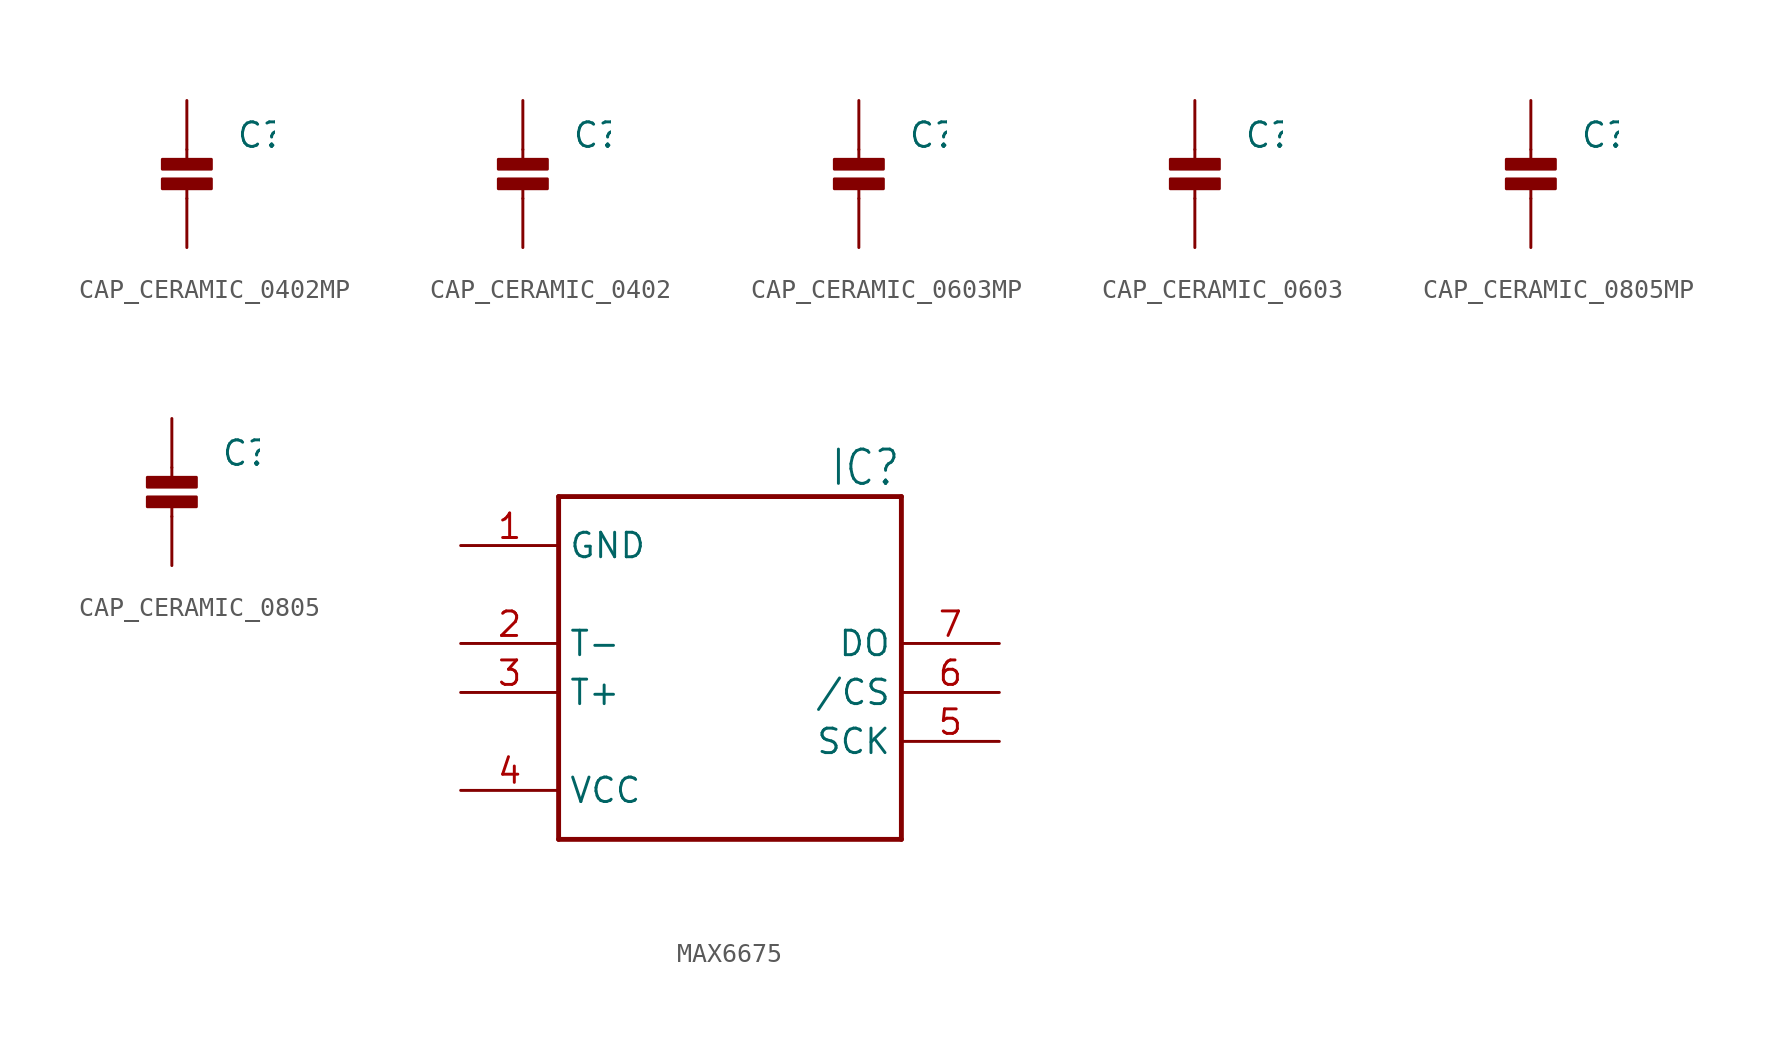
<source format=kicad_sym>
(kicad_symbol_lib
  (version 20220914)
  (generator kicad_symbol_editor)
  (symbol "CAP_CERAMIC_0402MP"
    (property "Reference" "C"
      (at 2.54 2.54 0)
      (effects (font (size 1.27 1.27)) (justify left bottom)))
    (property "Value" ""
      (at 2.54 0 0)
      (effects (font (size 1.27 1.27)) (justify left bottom)))
    (property "ki_locked" ""
      (at 0 0 0)
      (effects (font (size 1.27 1.27))))
    (symbol "CAP_CERAMIC_0402MP_1_0"
      (rectangle (start -1.27 0.508) (end 1.27 1.016) (stroke (width 0) (type default)) (fill (type outline)))
      (rectangle (start -1.27 1.524) (end 1.27 2.032) (stroke (width 0) (type default)) (fill (type outline)))
      (polyline (pts (xy 0 0.762) (xy 0 0)) (stroke (width 0.152) (type solid)) (fill (type none)))
      (polyline (pts (xy 0 2.54) (xy 0 1.778)) (stroke (width 0.152) (type solid)) (fill (type none)))
      (pin passive line (at 0 5.08 270) (length 2.54) (name "P$1" (effects (font (size 0 0)))) (number "1" (effects (font (size 0 0)))))
      (pin passive line (at 0 -2.54 90) (length 2.54) (name "P$2" (effects (font (size 0 0)))) (number "2" (effects (font (size 0 0)))))))
  (symbol "CAP_CERAMIC_0402"
    (property "Reference" "C"
      (at 2.54 2.54 0)
      (effects (font (size 1.27 1.27)) (justify left bottom)))
    (property "Value" ""
      (at 2.54 0 0)
      (effects (font (size 1.27 1.27)) (justify left bottom)))
    (property "ki_locked" ""
      (at 0 0 0)
      (effects (font (size 1.27 1.27))))
    (symbol "CAP_CERAMIC_0402_1_0"
      (rectangle (start -1.27 0.508) (end 1.27 1.016) (stroke (width 0) (type default)) (fill (type outline)))
      (rectangle (start -1.27 1.524) (end 1.27 2.032) (stroke (width 0) (type default)) (fill (type outline)))
      (polyline (pts (xy 0 0.762) (xy 0 0)) (stroke (width 0.152) (type solid)) (fill (type none)))
      (polyline (pts (xy 0 2.54) (xy 0 1.778)) (stroke (width 0.152) (type solid)) (fill (type none)))
      (pin passive line (at 0 5.08 270) (length 2.54) (name "P$1" (effects (font (size 0 0)))) (number "1" (effects (font (size 0 0)))))
      (pin passive line (at 0 -2.54 90) (length 2.54) (name "P$2" (effects (font (size 0 0)))) (number "2" (effects (font (size 0 0)))))))
  (symbol "CAP_CERAMIC_0603MP"
    (property "Reference" "C"
      (at 2.54 2.54 0)
      (effects (font (size 1.27 1.27)) (justify left bottom)))
    (property "Value" ""
      (at 2.54 0 0)
      (effects (font (size 1.27 1.27)) (justify left bottom)))
    (property "ki_locked" ""
      (at 0 0 0)
      (effects (font (size 1.27 1.27))))
    (symbol "CAP_CERAMIC_0603MP_1_0"
      (rectangle (start -1.27 0.508) (end 1.27 1.016) (stroke (width 0) (type default)) (fill (type outline)))
      (rectangle (start -1.27 1.524) (end 1.27 2.032) (stroke (width 0) (type default)) (fill (type outline)))
      (polyline (pts (xy 0 0.762) (xy 0 0)) (stroke (width 0.152) (type solid)) (fill (type none)))
      (polyline (pts (xy 0 2.54) (xy 0 1.778)) (stroke (width 0.152) (type solid)) (fill (type none)))
      (pin passive line (at 0 5.08 270) (length 2.54) (name "P$1" (effects (font (size 0 0)))) (number "1" (effects (font (size 0 0)))))
      (pin passive line (at 0 -2.54 90) (length 2.54) (name "P$2" (effects (font (size 0 0)))) (number "2" (effects (font (size 0 0)))))))
  (symbol "CAP_CERAMIC_0603"
    (property "Reference" "C"
      (at 2.54 2.54 0)
      (effects (font (size 1.27 1.27)) (justify left bottom)))
    (property "Value" ""
      (at 2.54 0 0)
      (effects (font (size 1.27 1.27)) (justify left bottom)))
    (property "ki_locked" ""
      (at 0 0 0)
      (effects (font (size 1.27 1.27))))
    (symbol "CAP_CERAMIC_0603_1_0"
      (rectangle (start -1.27 0.508) (end 1.27 1.016) (stroke (width 0) (type default)) (fill (type outline)))
      (rectangle (start -1.27 1.524) (end 1.27 2.032) (stroke (width 0) (type default)) (fill (type outline)))
      (polyline (pts (xy 0 0.762) (xy 0 0)) (stroke (width 0.152) (type solid)) (fill (type none)))
      (polyline (pts (xy 0 2.54) (xy 0 1.778)) (stroke (width 0.152) (type solid)) (fill (type none)))
      (pin passive line (at 0 5.08 270) (length 2.54) (name "P$1" (effects (font (size 0 0)))) (number "1" (effects (font (size 0 0)))))
      (pin passive line (at 0 -2.54 90) (length 2.54) (name "P$2" (effects (font (size 0 0)))) (number "2" (effects (font (size 0 0)))))))
  (symbol "CAP_CERAMIC_0805MP"
    (property "Reference" "C"
      (at 2.54 2.54 0)
      (effects (font (size 1.27 1.27)) (justify left bottom)))
    (property "Value" ""
      (at 2.54 0 0)
      (effects (font (size 1.27 1.27)) (justify left bottom)))
    (property "ki_locked" ""
      (at 0 0 0)
      (effects (font (size 1.27 1.27))))
    (symbol "CAP_CERAMIC_0805MP_1_0"
      (rectangle (start -1.27 0.508) (end 1.27 1.016) (stroke (width 0) (type default)) (fill (type outline)))
      (rectangle (start -1.27 1.524) (end 1.27 2.032) (stroke (width 0) (type default)) (fill (type outline)))
      (polyline (pts (xy 0 0.762) (xy 0 0)) (stroke (width 0.152) (type solid)) (fill (type none)))
      (polyline (pts (xy 0 2.54) (xy 0 1.778)) (stroke (width 0.152) (type solid)) (fill (type none)))
      (pin passive line (at 0 5.08 270) (length 2.54) (name "P$1" (effects (font (size 0 0)))) (number "1" (effects (font (size 0 0)))))
      (pin passive line (at 0 -2.54 90) (length 2.54) (name "P$2" (effects (font (size 0 0)))) (number "2" (effects (font (size 0 0)))))))
  (symbol "CAP_CERAMIC_0805"
    (property "Reference" "C"
      (at 2.54 2.54 0)
      (effects (font (size 1.27 1.27)) (justify left bottom)))
    (property "Value" ""
      (at 2.54 0 0)
      (effects (font (size 1.27 1.27)) (justify left bottom)))
    (property "ki_locked" ""
      (at 0 0 0)
      (effects (font (size 1.27 1.27))))
    (symbol "CAP_CERAMIC_0805_1_0"
      (rectangle (start -1.27 0.508) (end 1.27 1.016) (stroke (width 0) (type default)) (fill (type outline)))
      (rectangle (start -1.27 1.524) (end 1.27 2.032) (stroke (width 0) (type default)) (fill (type outline)))
      (polyline (pts (xy 0 0.762) (xy 0 0)) (stroke (width 0.152) (type solid)) (fill (type none)))
      (polyline (pts (xy 0 2.54) (xy 0 1.778)) (stroke (width 0.152) (type solid)) (fill (type none)))
      (pin passive line (at 0 5.08 270) (length 2.54) (name "P$1" (effects (font (size 0 0)))) (number "1" (effects (font (size 0 0)))))
      (pin passive line (at 0 -2.54 90) (length 2.54) (name "P$2" (effects (font (size 0 0)))) (number "2" (effects (font (size 0 0)))))))
  (symbol "MAX6675"
    (property "Reference" "IC"
      (at 10.16 7.62 0)
      (effects (font (size 1.778 1.511)) (justify right top)))
    (property "Value" ""
      (at -7.62 -15.24 0)
      (effects (font (size 1.778 1.511)) (justify left bottom)))
    (property "ki_locked" ""
      (at 0 0 0)
      (effects (font (size 1.27 1.27))))
    (symbol "MAX6675_1_0"
      (polyline (pts (xy -7.62 -12.7) (xy -7.62 5.08)) (stroke (width 0.254) (type solid)) (fill (type none)))
      (polyline (pts (xy -7.62 5.08) (xy 10.16 5.08)) (stroke (width 0.254) (type solid)) (fill (type none)))
      (polyline (pts (xy 10.16 -12.7) (xy -7.62 -12.7)) (stroke (width 0.254) (type solid)) (fill (type none)))
      (polyline (pts (xy 10.16 5.08) (xy 10.16 -12.7)) (stroke (width 0.254) (type solid)) (fill (type none)))
      (pin power_in line (at -12.7 2.54 0) (length 5.08) (name "GND" (effects (font (size 1.27 1.27)))) (number "1" (effects (font (size 1.27 1.27)))))
      (pin input line (at -12.7 -2.54 0) (length 5.08) (name "T-" (effects (font (size 1.27 1.27)))) (number "2" (effects (font (size 1.27 1.27)))))
      (pin input line (at -12.7 -5.08 0) (length 5.08) (name "T+" (effects (font (size 1.27 1.27)))) (number "3" (effects (font (size 1.27 1.27)))))
      (pin power_in line (at -12.7 -10.16 0) (length 5.08) (name "VCC" (effects (font (size 1.27 1.27)))) (number "4" (effects (font (size 1.27 1.27)))))
      (pin input line (at 15.24 -7.62 180) (length 5.08) (name "SCK" (effects (font (size 1.27 1.27)))) (number "5" (effects (font (size 1.27 1.27)))))
      (pin input line (at 15.24 -5.08 180) (length 5.08) (name "/CS" (effects (font (size 1.27 1.27)))) (number "6" (effects (font (size 1.27 1.27)))))
      (pin output line (at 15.24 -2.54 180) (length 5.08) (name "DO" (effects (font (size 1.27 1.27)))) (number "7" (effects (font (size 1.27 1.27))))))))
</source>
